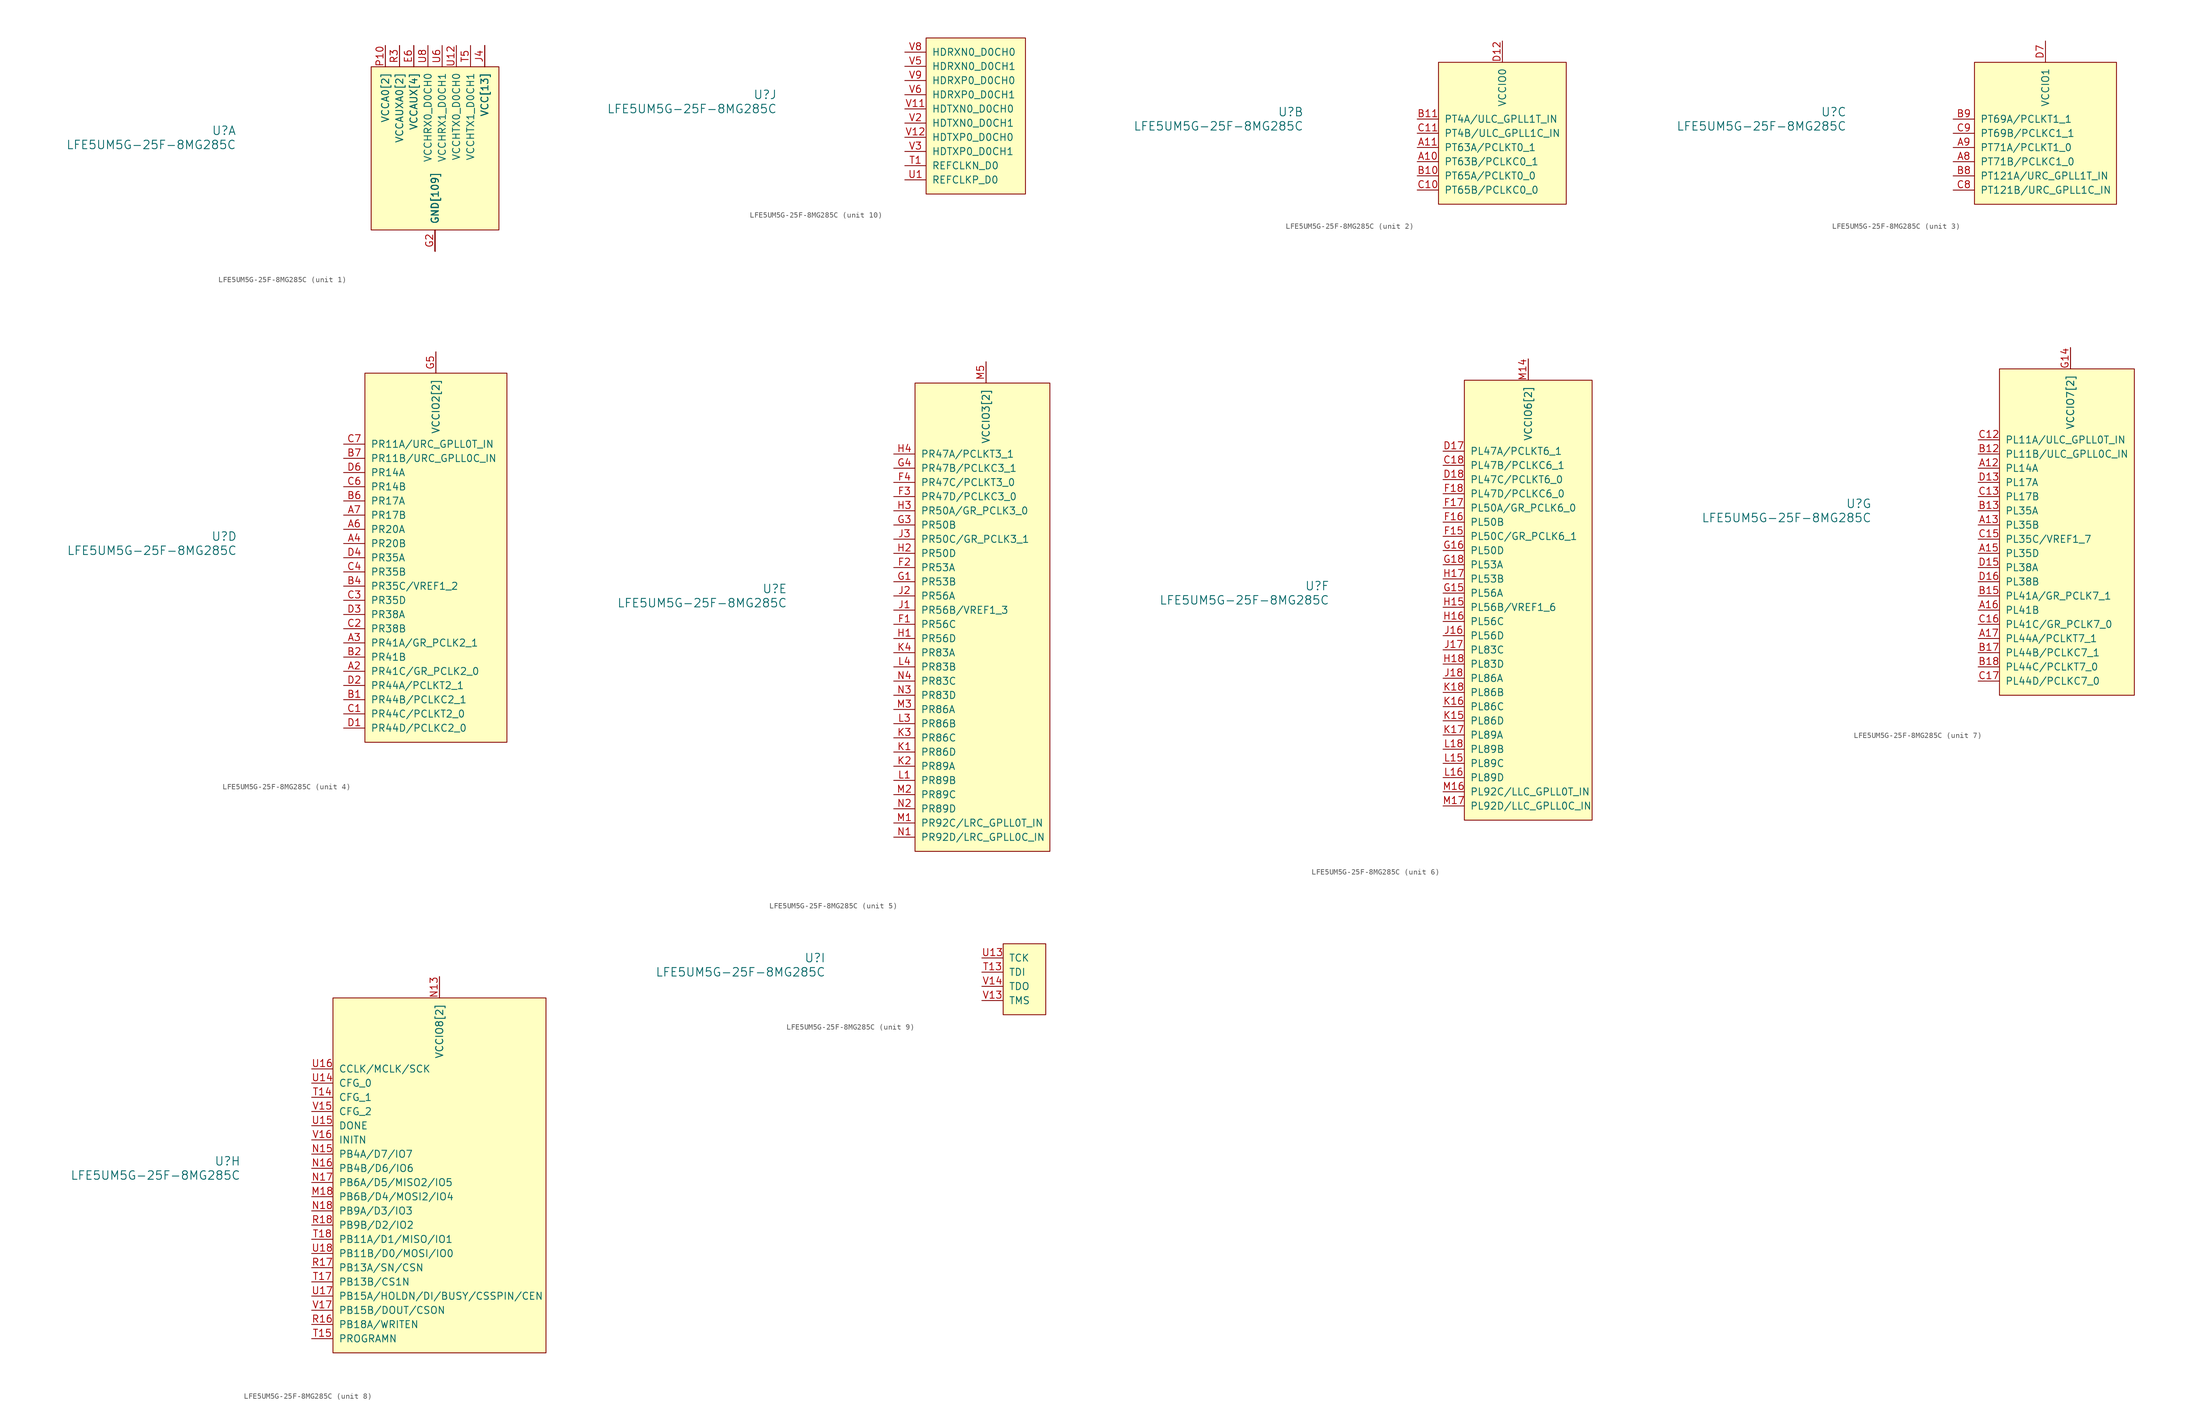
<source format=kicad_sym>
(kicad_symbol_lib
  (version 20201005)
  (generator kicad_symbol_editor)
  (symbol "LFE5UM5G-25F-8MG285C"
    (pin_names
      (offset 1.016))
    (property "Reference" "U"
      (at -35.56 3.81 0)
      (effects (font (size 1.524 1.524)) (justify right)))
    (property "Value" "LFE5UM5G-25F-8MG285C"
      (at -35.56 1.27 0)
      (effects (font (size 1.524 1.524)) (justify right)))
    (property "ki_locked" ""
      (at 0 0 0)
      (effects (font (size 1.27 1.27))))
    (symbol "LFE5UM5G-25F-8MG285C_1_1"
      (rectangle (start -11.43 15.24) (end 11.43 -13.97) (stroke (width 0)) (fill (type background)))
      (pin power_in line (at 0 -17.78 90) (length 3.81) (name "GND[109]" (effects (font (size 1.27 1.27)))) (number "B16" (effects (font (size 0 0)))))
      (pin power_in line (at 0 -17.78 90) (length 3.81) (name "GND[109]" (effects (font (size 1.27 1.27)))) (number "B3" (effects (font (size 0 0)))))
      (pin power_in line (at 8.89 19.05 270) (length 3.81) (name "VCC[13]" (effects (font (size 1.27 1.27)))) (number "D10" (effects (font (size 0 0)))))
      (pin power_in line (at 8.89 19.05 270) (length 3.81) (name "VCC[13]" (effects (font (size 1.27 1.27)))) (number "D11" (effects (font (size 0 0)))))
      (pin power_in line (at 8.89 19.05 270) (length 3.81) (name "VCC[13]" (effects (font (size 1.27 1.27)))) (number "D8" (effects (font (size 0 0)))))
      (pin power_in line (at 8.89 19.05 270) (length 3.81) (name "VCC[13]" (effects (font (size 1.27 1.27)))) (number "D9" (effects (font (size 0 0)))))
      (pin power_in line (at 0 -17.78 90) (length 3.81) (name "GND[109]" (effects (font (size 1.27 1.27)))) (number "E10" (effects (font (size 0 0)))))
      (pin power_in line (at 0 -17.78 90) (length 3.81) (name "GND[109]" (effects (font (size 1.27 1.27)))) (number "E11" (effects (font (size 0 0)))))
      (pin power_in line (at 0 -17.78 90) (length 3.81) (name "GND[109]" (effects (font (size 1.27 1.27)))) (number "E12" (effects (font (size 0 0)))))
      (pin power_in line (at -3.81 19.05 270) (length 3.81) (name "VCCAUX[4]" (effects (font (size 1.27 1.27)))) (number "E13" (effects (font (size 0 0)))))
      (pin power_in line (at 0 -17.78 90) (length 3.81) (name "GND[109]" (effects (font (size 1.27 1.27)))) (number "E14" (effects (font (size 0 0)))))
      (pin power_in line (at 0 -17.78 90) (length 3.81) (name "GND[109]" (effects (font (size 1.27 1.27)))) (number "E5" (effects (font (size 0 0)))))
      (pin power_in line (at -3.81 19.05 270) (length 3.81) (name "VCCAUX[4]" (effects (font (size 1.27 1.27)))) (number "E6" (effects (font (size 1.27 1.27)))))
      (pin power_in line (at 0 -17.78 90) (length 3.81) (name "GND[109]" (effects (font (size 1.27 1.27)))) (number "E7" (effects (font (size 0 0)))))
      (pin power_in line (at 0 -17.78 90) (length 3.81) (name "GND[109]" (effects (font (size 1.27 1.27)))) (number "E8" (effects (font (size 0 0)))))
      (pin power_in line (at 0 -17.78 90) (length 3.81) (name "GND[109]" (effects (font (size 1.27 1.27)))) (number "E9" (effects (font (size 0 0)))))
      (pin power_in line (at 0 -17.78 90) (length 3.81) (name "GND[109]" (effects (font (size 1.27 1.27)))) (number "F10" (effects (font (size 0 0)))))
      (pin power_in line (at 0 -17.78 90) (length 3.81) (name "GND[109]" (effects (font (size 1.27 1.27)))) (number "F11" (effects (font (size 0 0)))))
      (pin power_in line (at 0 -17.78 90) (length 3.81) (name "GND[109]" (effects (font (size 1.27 1.27)))) (number "F12" (effects (font (size 0 0)))))
      (pin power_in line (at 0 -17.78 90) (length 3.81) (name "GND[109]" (effects (font (size 1.27 1.27)))) (number "F13" (effects (font (size 0 0)))))
      (pin power_in line (at 0 -17.78 90) (length 3.81) (name "GND[109]" (effects (font (size 1.27 1.27)))) (number "F14" (effects (font (size 0 0)))))
      (pin power_in line (at 0 -17.78 90) (length 3.81) (name "GND[109]" (effects (font (size 1.27 1.27)))) (number "F5" (effects (font (size 0 0)))))
      (pin power_in line (at 0 -17.78 90) (length 3.81) (name "GND[109]" (effects (font (size 1.27 1.27)))) (number "F6" (effects (font (size 0 0)))))
      (pin power_in line (at 0 -17.78 90) (length 3.81) (name "GND[109]" (effects (font (size 1.27 1.27)))) (number "F7" (effects (font (size 0 0)))))
      (pin power_in line (at 0 -17.78 90) (length 3.81) (name "GND[109]" (effects (font (size 1.27 1.27)))) (number "F8" (effects (font (size 0 0)))))
      (pin power_in line (at 0 -17.78 90) (length 3.81) (name "GND[109]" (effects (font (size 1.27 1.27)))) (number "F9" (effects (font (size 0 0)))))
      (pin power_in line (at 0 -17.78 90) (length 3.81) (name "GND[109]" (effects (font (size 1.27 1.27)))) (number "G10" (effects (font (size 0 0)))))
      (pin power_in line (at 0 -17.78 90) (length 3.81) (name "GND[109]" (effects (font (size 1.27 1.27)))) (number "G11" (effects (font (size 0 0)))))
      (pin power_in line (at 0 -17.78 90) (length 3.81) (name "GND[109]" (effects (font (size 1.27 1.27)))) (number "G12" (effects (font (size 0 0)))))
      (pin power_in line (at 0 -17.78 90) (length 3.81) (name "GND[109]" (effects (font (size 1.27 1.27)))) (number "G13" (effects (font (size 0 0)))))
      (pin power_in line (at 0 -17.78 90) (length 3.81) (name "GND[109]" (effects (font (size 1.27 1.27)))) (number "G17" (effects (font (size 0 0)))))
      (pin power_in line (at 0 -17.78 90) (length 3.81) (name "GND[109]" (effects (font (size 1.27 1.27)))) (number "G2" (effects (font (size 1.27 1.27)))))
      (pin power_in line (at 0 -17.78 90) (length 3.81) (name "GND[109]" (effects (font (size 1.27 1.27)))) (number "G6" (effects (font (size 0 0)))))
      (pin power_in line (at 0 -17.78 90) (length 3.81) (name "GND[109]" (effects (font (size 1.27 1.27)))) (number "G7" (effects (font (size 0 0)))))
      (pin power_in line (at 0 -17.78 90) (length 3.81) (name "GND[109]" (effects (font (size 1.27 1.27)))) (number "G8" (effects (font (size 0 0)))))
      (pin power_in line (at 0 -17.78 90) (length 3.81) (name "GND[109]" (effects (font (size 1.27 1.27)))) (number "G9" (effects (font (size 0 0)))))
      (pin power_in line (at 0 -17.78 90) (length 3.81) (name "GND[109]" (effects (font (size 1.27 1.27)))) (number "H10" (effects (font (size 0 0)))))
      (pin power_in line (at 0 -17.78 90) (length 3.81) (name "GND[109]" (effects (font (size 1.27 1.27)))) (number "H11" (effects (font (size 0 0)))))
      (pin power_in line (at 0 -17.78 90) (length 3.81) (name "GND[109]" (effects (font (size 1.27 1.27)))) (number "H12" (effects (font (size 0 0)))))
      (pin power_in line (at 0 -17.78 90) (length 3.81) (name "GND[109]" (effects (font (size 1.27 1.27)))) (number "H13" (effects (font (size 0 0)))))
      (pin power_in line (at 0 -17.78 90) (length 3.81) (name "GND[109]" (effects (font (size 1.27 1.27)))) (number "H6" (effects (font (size 0 0)))))
      (pin power_in line (at 0 -17.78 90) (length 3.81) (name "GND[109]" (effects (font (size 1.27 1.27)))) (number "H7" (effects (font (size 0 0)))))
      (pin power_in line (at 0 -17.78 90) (length 3.81) (name "GND[109]" (effects (font (size 1.27 1.27)))) (number "H8" (effects (font (size 0 0)))))
      (pin power_in line (at 0 -17.78 90) (length 3.81) (name "GND[109]" (effects (font (size 1.27 1.27)))) (number "H9" (effects (font (size 0 0)))))
      (pin power_in line (at 0 -17.78 90) (length 3.81) (name "GND[109]" (effects (font (size 1.27 1.27)))) (number "J10" (effects (font (size 0 0)))))
      (pin power_in line (at 0 -17.78 90) (length 3.81) (name "GND[109]" (effects (font (size 1.27 1.27)))) (number "J11" (effects (font (size 0 0)))))
      (pin power_in line (at 0 -17.78 90) (length 3.81) (name "GND[109]" (effects (font (size 1.27 1.27)))) (number "J12" (effects (font (size 0 0)))))
      (pin power_in line (at 0 -17.78 90) (length 3.81) (name "GND[109]" (effects (font (size 1.27 1.27)))) (number "J13" (effects (font (size 0 0)))))
      (pin power_in line (at 8.89 19.05 270) (length 3.81) (name "VCC[13]" (effects (font (size 1.27 1.27)))) (number "J14" (effects (font (size 0 0)))))
      (pin power_in line (at 8.89 19.05 270) (length 3.81) (name "VCC[13]" (effects (font (size 1.27 1.27)))) (number "J15" (effects (font (size 0 0)))))
      (pin power_in line (at 8.89 19.05 270) (length 3.81) (name "VCC[13]" (effects (font (size 1.27 1.27)))) (number "J4" (effects (font (size 1.27 1.27)))))
      (pin power_in line (at 8.89 19.05 270) (length 3.81) (name "VCC[13]" (effects (font (size 1.27 1.27)))) (number "J5" (effects (font (size 0 0)))))
      (pin power_in line (at 0 -17.78 90) (length 3.81) (name "GND[109]" (effects (font (size 1.27 1.27)))) (number "J6" (effects (font (size 0 0)))))
      (pin power_in line (at 0 -17.78 90) (length 3.81) (name "GND[109]" (effects (font (size 1.27 1.27)))) (number "J7" (effects (font (size 0 0)))))
      (pin power_in line (at 0 -17.78 90) (length 3.81) (name "GND[109]" (effects (font (size 1.27 1.27)))) (number "J8" (effects (font (size 0 0)))))
      (pin power_in line (at 0 -17.78 90) (length 3.81) (name "GND[109]" (effects (font (size 1.27 1.27)))) (number "J9" (effects (font (size 0 0)))))
      (pin power_in line (at 0 -17.78 90) (length 3.81) (name "GND[109]" (effects (font (size 1.27 1.27)))) (number "K10" (effects (font (size 0 0)))))
      (pin power_in line (at 0 -17.78 90) (length 3.81) (name "GND[109]" (effects (font (size 1.27 1.27)))) (number "K11" (effects (font (size 0 0)))))
      (pin power_in line (at 0 -17.78 90) (length 3.81) (name "GND[109]" (effects (font (size 1.27 1.27)))) (number "K12" (effects (font (size 0 0)))))
      (pin power_in line (at 0 -17.78 90) (length 3.81) (name "GND[109]" (effects (font (size 1.27 1.27)))) (number "K13" (effects (font (size 0 0)))))
      (pin power_in line (at 0 -17.78 90) (length 3.81) (name "GND[109]" (effects (font (size 1.27 1.27)))) (number "K14" (effects (font (size 0 0)))))
      (pin power_in line (at 0 -17.78 90) (length 3.81) (name "GND[109]" (effects (font (size 1.27 1.27)))) (number "K5" (effects (font (size 0 0)))))
      (pin power_in line (at 0 -17.78 90) (length 3.81) (name "GND[109]" (effects (font (size 1.27 1.27)))) (number "K6" (effects (font (size 0 0)))))
      (pin power_in line (at 0 -17.78 90) (length 3.81) (name "GND[109]" (effects (font (size 1.27 1.27)))) (number "K7" (effects (font (size 0 0)))))
      (pin power_in line (at 0 -17.78 90) (length 3.81) (name "GND[109]" (effects (font (size 1.27 1.27)))) (number "K8" (effects (font (size 0 0)))))
      (pin power_in line (at 0 -17.78 90) (length 3.81) (name "GND[109]" (effects (font (size 1.27 1.27)))) (number "K9" (effects (font (size 0 0)))))
      (pin power_in line (at 0 -17.78 90) (length 3.81) (name "GND[109]" (effects (font (size 1.27 1.27)))) (number "L10" (effects (font (size 0 0)))))
      (pin power_in line (at 0 -17.78 90) (length 3.81) (name "GND[109]" (effects (font (size 1.27 1.27)))) (number "L11" (effects (font (size 0 0)))))
      (pin power_in line (at 0 -17.78 90) (length 3.81) (name "GND[109]" (effects (font (size 1.27 1.27)))) (number "L12" (effects (font (size 0 0)))))
      (pin power_in line (at 0 -17.78 90) (length 3.81) (name "GND[109]" (effects (font (size 1.27 1.27)))) (number "L13" (effects (font (size 0 0)))))
      (pin power_in line (at 0 -17.78 90) (length 3.81) (name "GND[109]" (effects (font (size 1.27 1.27)))) (number "L14" (effects (font (size 0 0)))))
      (pin power_in line (at 0 -17.78 90) (length 3.81) (name "GND[109]" (effects (font (size 1.27 1.27)))) (number "L17" (effects (font (size 0 0)))))
      (pin power_in line (at 0 -17.78 90) (length 3.81) (name "GND[109]" (effects (font (size 1.27 1.27)))) (number "L2" (effects (font (size 0 0)))))
      (pin power_in line (at 0 -17.78 90) (length 3.81) (name "GND[109]" (effects (font (size 1.27 1.27)))) (number "L5" (effects (font (size 0 0)))))
      (pin power_in line (at 0 -17.78 90) (length 3.81) (name "GND[109]" (effects (font (size 1.27 1.27)))) (number "L6" (effects (font (size 0 0)))))
      (pin power_in line (at 0 -17.78 90) (length 3.81) (name "GND[109]" (effects (font (size 1.27 1.27)))) (number "L7" (effects (font (size 0 0)))))
      (pin power_in line (at 0 -17.78 90) (length 3.81) (name "GND[109]" (effects (font (size 1.27 1.27)))) (number "L8" (effects (font (size 0 0)))))
      (pin power_in line (at 0 -17.78 90) (length 3.81) (name "GND[109]" (effects (font (size 1.27 1.27)))) (number "L9" (effects (font (size 0 0)))))
      (pin power_in line (at 0 -17.78 90) (length 3.81) (name "GND[109]" (effects (font (size 1.27 1.27)))) (number "M10" (effects (font (size 0 0)))))
      (pin power_in line (at 0 -17.78 90) (length 3.81) (name "GND[109]" (effects (font (size 1.27 1.27)))) (number "M11" (effects (font (size 0 0)))))
      (pin power_in line (at 0 -17.78 90) (length 3.81) (name "GND[109]" (effects (font (size 1.27 1.27)))) (number "M12" (effects (font (size 0 0)))))
      (pin power_in line (at 0 -17.78 90) (length 3.81) (name "GND[109]" (effects (font (size 1.27 1.27)))) (number "M13" (effects (font (size 0 0)))))
      (pin power_in line (at 8.89 19.05 270) (length 3.81) (name "VCC[13]" (effects (font (size 1.27 1.27)))) (number "M15" (effects (font (size 0 0)))))
      (pin power_in line (at 8.89 19.05 270) (length 3.81) (name "VCC[13]" (effects (font (size 1.27 1.27)))) (number "M4" (effects (font (size 0 0)))))
      (pin power_in line (at 0 -17.78 90) (length 3.81) (name "GND[109]" (effects (font (size 1.27 1.27)))) (number "M6" (effects (font (size 0 0)))))
      (pin power_in line (at 0 -17.78 90) (length 3.81) (name "GND[109]" (effects (font (size 1.27 1.27)))) (number "M7" (effects (font (size 0 0)))))
      (pin power_in line (at 0 -17.78 90) (length 3.81) (name "GND[109]" (effects (font (size 1.27 1.27)))) (number "M8" (effects (font (size 0 0)))))
      (pin power_in line (at 0 -17.78 90) (length 3.81) (name "GND[109]" (effects (font (size 1.27 1.27)))) (number "M9" (effects (font (size 0 0)))))
      (pin power_in line (at 0 -17.78 90) (length 3.81) (name "GND[109]" (effects (font (size 1.27 1.27)))) (number "N10" (effects (font (size 0 0)))))
      (pin power_in line (at 0 -17.78 90) (length 3.81) (name "GND[109]" (effects (font (size 1.27 1.27)))) (number "N11" (effects (font (size 0 0)))))
      (pin power_in line (at 0 -17.78 90) (length 3.81) (name "GND[109]" (effects (font (size 1.27 1.27)))) (number "N12" (effects (font (size 0 0)))))
      (pin power_in line (at -3.81 19.05 270) (length 3.81) (name "VCCAUX[4]" (effects (font (size 1.27 1.27)))) (number "N6" (effects (font (size 0 0)))))
      (pin power_in line (at 0 -17.78 90) (length 3.81) (name "GND[109]" (effects (font (size 1.27 1.27)))) (number "N7" (effects (font (size 0 0)))))
      (pin power_in line (at 0 -17.78 90) (length 3.81) (name "GND[109]" (effects (font (size 1.27 1.27)))) (number "N8" (effects (font (size 0 0)))))
      (pin power_in line (at 0 -17.78 90) (length 3.81) (name "GND[109]" (effects (font (size 1.27 1.27)))) (number "N9" (effects (font (size 0 0)))))
      (pin power_in line (at -8.89 19.05 270) (length 3.81) (name "VCCA0[2]" (effects (font (size 1.27 1.27)))) (number "P10" (effects (font (size 1.27 1.27)))))
      (pin power_in line (at 8.89 19.05 270) (length 3.81) (name "VCC[13]" (effects (font (size 1.27 1.27)))) (number "P11" (effects (font (size 0 0)))))
      (pin power_in line (at 0 -17.78 90) (length 3.81) (name "GND[109]" (effects (font (size 1.27 1.27)))) (number "P12" (effects (font (size 0 0)))))
      (pin power_in line (at -3.81 19.05 270) (length 3.81) (name "VCCAUX[4]" (effects (font (size 1.27 1.27)))) (number "P13" (effects (font (size 0 0)))))
      (pin power_in line (at -6.35 19.05 270) (length 3.81) (name "VCCAUXA0[2]" (effects (font (size 1.27 1.27)))) (number "P5" (effects (font (size 0 0)))))
      (pin power_in line (at 0 -17.78 90) (length 3.81) (name "GND[109]" (effects (font (size 1.27 1.27)))) (number "P6" (effects (font (size 0 0)))))
      (pin power_in line (at 8.89 19.05 270) (length 3.81) (name "VCC[13]" (effects (font (size 1.27 1.27)))) (number "P7" (effects (font (size 0 0)))))
      (pin power_in line (at 0 -17.78 90) (length 3.81) (name "GND[109]" (effects (font (size 1.27 1.27)))) (number "P8" (effects (font (size 0 0)))))
      (pin power_in line (at 8.89 19.05 270) (length 3.81) (name "VCC[13]" (effects (font (size 1.27 1.27)))) (number "P9" (effects (font (size 0 0)))))
      (pin power_in line (at 0 -17.78 90) (length 3.81) (name "GND[109]" (effects (font (size 1.27 1.27)))) (number "R1" (effects (font (size 0 0)))))
      (pin power_in line (at -8.89 19.05 270) (length 3.81) (name "VCCA0[2]" (effects (font (size 1.27 1.27)))) (number "R10" (effects (font (size 0 0)))))
      (pin power_in line (at 0 -17.78 90) (length 3.81) (name "GND[109]" (effects (font (size 1.27 1.27)))) (number "R2" (effects (font (size 0 0)))))
      (pin power_in line (at -6.35 19.05 270) (length 3.81) (name "VCCAUXA0[2]" (effects (font (size 1.27 1.27)))) (number "R3" (effects (font (size 1.27 1.27)))))
      (pin power_in line (at 0 -17.78 90) (length 3.81) (name "GND[109]" (effects (font (size 1.27 1.27)))) (number "T10" (effects (font (size 0 0)))))
      (pin power_in line (at 0 -17.78 90) (length 3.81) (name "GND[109]" (effects (font (size 1.27 1.27)))) (number "T11" (effects (font (size 0 0)))))
      (pin power_in line (at 0 -17.78 90) (length 3.81) (name "GND[109]" (effects (font (size 1.27 1.27)))) (number "T12" (effects (font (size 0 0)))))
      (pin power_in line (at 0 -17.78 90) (length 3.81) (name "GND[109]" (effects (font (size 1.27 1.27)))) (number "T16" (effects (font (size 0 0)))))
      (pin power_in line (at 0 -17.78 90) (length 3.81) (name "GND[109]" (effects (font (size 1.27 1.27)))) (number "T2" (effects (font (size 0 0)))))
      (pin power_in line (at 0 -17.78 90) (length 3.81) (name "GND[109]" (effects (font (size 1.27 1.27)))) (number "T3" (effects (font (size 0 0)))))
      (pin power_in line (at 0 -17.78 90) (length 3.81) (name "GND[109]" (effects (font (size 1.27 1.27)))) (number "T4" (effects (font (size 0 0)))))
      (pin power_in line (at 6.35 19.05 270) (length 3.81) (name "VCCHTX1_D0CH1" (effects (font (size 1.27 1.27)))) (number "T5" (effects (font (size 1.27 1.27)))))
      (pin power_in line (at 0 -17.78 90) (length 3.81) (name "GND[109]" (effects (font (size 1.27 1.27)))) (number "T6" (effects (font (size 0 0)))))
      (pin power_in line (at 0 -17.78 90) (length 3.81) (name "GND[109]" (effects (font (size 1.27 1.27)))) (number "T7" (effects (font (size 0 0)))))
      (pin power_in line (at 0 -17.78 90) (length 3.81) (name "GND[109]" (effects (font (size 1.27 1.27)))) (number "T8" (effects (font (size 0 0)))))
      (pin power_in line (at 0 -17.78 90) (length 3.81) (name "GND[109]" (effects (font (size 1.27 1.27)))) (number "T9" (effects (font (size 0 0)))))
      (pin power_in line (at 0 -17.78 90) (length 3.81) (name "GND[109]" (effects (font (size 1.27 1.27)))) (number "U10" (effects (font (size 0 0)))))
      (pin power_in line (at 0 -17.78 90) (length 3.81) (name "GND[109]" (effects (font (size 1.27 1.27)))) (number "U11" (effects (font (size 0 0)))))
      (pin power_in line (at 3.81 19.05 270) (length 3.81) (name "VCCHTX0_D0CH0" (effects (font (size 1.27 1.27)))) (number "U12" (effects (font (size 1.27 1.27)))))
      (pin power_in line (at 0 -17.78 90) (length 3.81) (name "GND[109]" (effects (font (size 1.27 1.27)))) (number "U2" (effects (font (size 0 0)))))
      (pin power_in line (at 0 -17.78 90) (length 3.81) (name "GND[109]" (effects (font (size 1.27 1.27)))) (number "U3" (effects (font (size 0 0)))))
      (pin power_in line (at 0 -17.78 90) (length 3.81) (name "GND[109]" (effects (font (size 1.27 1.27)))) (number "U4" (effects (font (size 0 0)))))
      (pin power_in line (at 0 -17.78 90) (length 3.81) (name "GND[109]" (effects (font (size 1.27 1.27)))) (number "U5" (effects (font (size 0 0)))))
      (pin power_in line (at 1.27 19.05 270) (length 3.81) (name "VCCHRX1_D0CH1" (effects (font (size 1.27 1.27)))) (number "U6" (effects (font (size 1.27 1.27)))))
      (pin power_in line (at 0 -17.78 90) (length 3.81) (name "GND[109]" (effects (font (size 1.27 1.27)))) (number "U7" (effects (font (size 0 0)))))
      (pin power_in line (at -1.27 19.05 270) (length 3.81) (name "VCCHRX0_D0CH0" (effects (font (size 1.27 1.27)))) (number "U8" (effects (font (size 1.27 1.27)))))
      (pin power_in line (at 0 -17.78 90) (length 3.81) (name "GND[109]" (effects (font (size 1.27 1.27)))) (number "U9" (effects (font (size 0 0)))))
      (pin power_in line (at 0 -17.78 90) (length 3.81) (name "GND[109]" (effects (font (size 1.27 1.27)))) (number "V10" (effects (font (size 0 0)))))
      (pin power_in line (at 0 -17.78 90) (length 3.81) (name "GND[109]" (effects (font (size 1.27 1.27)))) (number "V4" (effects (font (size 0 0)))))
      (pin power_in line (at 0 -17.78 90) (length 3.81) (name "GND[109]" (effects (font (size 1.27 1.27)))) (number "V7" (effects (font (size 0 0))))))
    (symbol "LFE5UM5G-25F-8MG285C_2_1"
      (rectangle (start -11.43 12.7) (end 11.43 -12.7) (stroke (width 0)) (fill (type background)))
      (pin bidirectional line (at -15.24 -5.08 0) (length 3.81) (name "PT63B/PCLKC0_1" (effects (font (size 1.27 1.27)))) (number "A10" (effects (font (size 1.27 1.27)))))
      (pin bidirectional line (at -15.24 -2.54 0) (length 3.81) (name "PT63A/PCLKT0_1" (effects (font (size 1.27 1.27)))) (number "A11" (effects (font (size 1.27 1.27)))))
      (pin bidirectional line (at -15.24 -7.62 0) (length 3.81) (name "PT65A/PCLKT0_0" (effects (font (size 1.27 1.27)))) (number "B10" (effects (font (size 1.27 1.27)))))
      (pin bidirectional line (at -15.24 2.54 0) (length 3.81) (name "PT4A/ULC_GPLL1T_IN" (effects (font (size 1.27 1.27)))) (number "B11" (effects (font (size 1.27 1.27)))))
      (pin bidirectional line (at -15.24 -10.16 0) (length 3.81) (name "PT65B/PCLKC0_0" (effects (font (size 1.27 1.27)))) (number "C10" (effects (font (size 1.27 1.27)))))
      (pin bidirectional line (at -15.24 0 0) (length 3.81) (name "PT4B/ULC_GPLL1C_IN" (effects (font (size 1.27 1.27)))) (number "C11" (effects (font (size 1.27 1.27)))))
      (pin power_in line (at 0 16.51 270) (length 3.81) (name "VCCIO0" (effects (font (size 1.27 1.27)))) (number "D12" (effects (font (size 1.27 1.27))))))
    (symbol "LFE5UM5G-25F-8MG285C_3_1"
      (rectangle (start -12.7 12.7) (end 12.7 -12.7) (stroke (width 0)) (fill (type background)))
      (pin bidirectional line (at -16.51 -5.08 0) (length 3.81) (name "PT71B/PCLKC1_0" (effects (font (size 1.27 1.27)))) (number "A8" (effects (font (size 1.27 1.27)))))
      (pin bidirectional line (at -16.51 -2.54 0) (length 3.81) (name "PT71A/PCLKT1_0" (effects (font (size 1.27 1.27)))) (number "A9" (effects (font (size 1.27 1.27)))))
      (pin bidirectional line (at -16.51 -7.62 0) (length 3.81) (name "PT121A/URC_GPLL1T_IN" (effects (font (size 1.27 1.27)))) (number "B8" (effects (font (size 1.27 1.27)))))
      (pin bidirectional line (at -16.51 2.54 0) (length 3.81) (name "PT69A/PCLKT1_1" (effects (font (size 1.27 1.27)))) (number "B9" (effects (font (size 1.27 1.27)))))
      (pin bidirectional line (at -16.51 -10.16 0) (length 3.81) (name "PT121B/URC_GPLL1C_IN" (effects (font (size 1.27 1.27)))) (number "C8" (effects (font (size 1.27 1.27)))))
      (pin bidirectional line (at -16.51 0 0) (length 3.81) (name "PT69B/PCLKC1_1" (effects (font (size 1.27 1.27)))) (number "C9" (effects (font (size 1.27 1.27)))))
      (pin power_in line (at 0 16.51 270) (length 3.81) (name "VCCIO1" (effects (font (size 1.27 1.27)))) (number "D7" (effects (font (size 1.27 1.27))))))
    (symbol "LFE5UM5G-25F-8MG285C_4_1"
      (rectangle (start -12.7 33.02) (end 12.7 -33.02) (stroke (width 0)) (fill (type background)))
      (pin bidirectional line (at -16.51 -20.32 0) (length 3.81) (name "PR41C/GR_PCLK2_0" (effects (font (size 1.27 1.27)))) (number "A2" (effects (font (size 1.27 1.27)))))
      (pin bidirectional line (at -16.51 -15.24 0) (length 3.81) (name "PR41A/GR_PCLK2_1" (effects (font (size 1.27 1.27)))) (number "A3" (effects (font (size 1.27 1.27)))))
      (pin bidirectional line (at -16.51 2.54 0) (length 3.81) (name "PR20B" (effects (font (size 1.27 1.27)))) (number "A4" (effects (font (size 1.27 1.27)))))
      (pin bidirectional line (at -16.51 5.08 0) (length 3.81) (name "PR20A" (effects (font (size 1.27 1.27)))) (number "A6" (effects (font (size 1.27 1.27)))))
      (pin bidirectional line (at -16.51 7.62 0) (length 3.81) (name "PR17B" (effects (font (size 1.27 1.27)))) (number "A7" (effects (font (size 1.27 1.27)))))
      (pin bidirectional line (at -16.51 -25.4 0) (length 3.81) (name "PR44B/PCLKC2_1" (effects (font (size 1.27 1.27)))) (number "B1" (effects (font (size 1.27 1.27)))))
      (pin bidirectional line (at -16.51 -17.78 0) (length 3.81) (name "PR41B" (effects (font (size 1.27 1.27)))) (number "B2" (effects (font (size 1.27 1.27)))))
      (pin bidirectional line (at -16.51 -5.08 0) (length 3.81) (name "PR35C/VREF1_2" (effects (font (size 1.27 1.27)))) (number "B4" (effects (font (size 1.27 1.27)))))
      (pin bidirectional line (at -16.51 10.16 0) (length 3.81) (name "PR17A" (effects (font (size 1.27 1.27)))) (number "B6" (effects (font (size 1.27 1.27)))))
      (pin bidirectional line (at -16.51 17.78 0) (length 3.81) (name "PR11B/URC_GPLL0C_IN" (effects (font (size 1.27 1.27)))) (number "B7" (effects (font (size 1.27 1.27)))))
      (pin bidirectional line (at -16.51 -27.94 0) (length 3.81) (name "PR44C/PCLKT2_0" (effects (font (size 1.27 1.27)))) (number "C1" (effects (font (size 1.27 1.27)))))
      (pin bidirectional line (at -16.51 -12.7 0) (length 3.81) (name "PR38B" (effects (font (size 1.27 1.27)))) (number "C2" (effects (font (size 1.27 1.27)))))
      (pin bidirectional line (at -16.51 -7.62 0) (length 3.81) (name "PR35D" (effects (font (size 1.27 1.27)))) (number "C3" (effects (font (size 1.27 1.27)))))
      (pin bidirectional line (at -16.51 -2.54 0) (length 3.81) (name "PR35B" (effects (font (size 1.27 1.27)))) (number "C4" (effects (font (size 1.27 1.27)))))
      (pin bidirectional line (at -16.51 12.7 0) (length 3.81) (name "PR14B" (effects (font (size 1.27 1.27)))) (number "C6" (effects (font (size 1.27 1.27)))))
      (pin bidirectional line (at -16.51 20.32 0) (length 3.81) (name "PR11A/URC_GPLL0T_IN" (effects (font (size 1.27 1.27)))) (number "C7" (effects (font (size 1.27 1.27)))))
      (pin bidirectional line (at -16.51 -30.48 0) (length 3.81) (name "PR44D/PCLKC2_0" (effects (font (size 1.27 1.27)))) (number "D1" (effects (font (size 1.27 1.27)))))
      (pin bidirectional line (at -16.51 -22.86 0) (length 3.81) (name "PR44A/PCLKT2_1" (effects (font (size 1.27 1.27)))) (number "D2" (effects (font (size 1.27 1.27)))))
      (pin bidirectional line (at -16.51 -10.16 0) (length 3.81) (name "PR38A" (effects (font (size 1.27 1.27)))) (number "D3" (effects (font (size 1.27 1.27)))))
      (pin bidirectional line (at -16.51 0 0) (length 3.81) (name "PR35A" (effects (font (size 1.27 1.27)))) (number "D4" (effects (font (size 1.27 1.27)))))
      (pin bidirectional line (at -16.51 15.24 0) (length 3.81) (name "PR14A" (effects (font (size 1.27 1.27)))) (number "D6" (effects (font (size 1.27 1.27)))))
      (pin power_in line (at 0 36.83 270) (length 3.81) (name "VCCIO2[2]" (effects (font (size 1.27 1.27)))) (number "G5" (effects (font (size 1.27 1.27)))))
      (pin power_in line (at 0 36.83 270) (length 3.81) (name "VCCIO2[2]" (effects (font (size 1.27 1.27)))) (number "H5" (effects (font (size 0 0))))))
    (symbol "LFE5UM5G-25F-8MG285C_5_1"
      (rectangle (start -12.7 40.64) (end 11.43 -43.18) (stroke (width 0)) (fill (type background)))
      (pin bidirectional line (at -16.51 -2.54 0) (length 3.81) (name "PR56C" (effects (font (size 1.27 1.27)))) (number "F1" (effects (font (size 1.27 1.27)))))
      (pin bidirectional line (at -16.51 7.62 0) (length 3.81) (name "PR53A" (effects (font (size 1.27 1.27)))) (number "F2" (effects (font (size 1.27 1.27)))))
      (pin bidirectional line (at -16.51 20.32 0) (length 3.81) (name "PR47D/PCLKC3_0" (effects (font (size 1.27 1.27)))) (number "F3" (effects (font (size 1.27 1.27)))))
      (pin bidirectional line (at -16.51 22.86 0) (length 3.81) (name "PR47C/PCLKT3_0" (effects (font (size 1.27 1.27)))) (number "F4" (effects (font (size 1.27 1.27)))))
      (pin bidirectional line (at -16.51 5.08 0) (length 3.81) (name "PR53B" (effects (font (size 1.27 1.27)))) (number "G1" (effects (font (size 1.27 1.27)))))
      (pin bidirectional line (at -16.51 15.24 0) (length 3.81) (name "PR50B" (effects (font (size 1.27 1.27)))) (number "G3" (effects (font (size 1.27 1.27)))))
      (pin bidirectional line (at -16.51 25.4 0) (length 3.81) (name "PR47B/PCLKC3_1" (effects (font (size 1.27 1.27)))) (number "G4" (effects (font (size 1.27 1.27)))))
      (pin bidirectional line (at -16.51 -5.08 0) (length 3.81) (name "PR56D" (effects (font (size 1.27 1.27)))) (number "H1" (effects (font (size 1.27 1.27)))))
      (pin bidirectional line (at -16.51 10.16 0) (length 3.81) (name "PR50D" (effects (font (size 1.27 1.27)))) (number "H2" (effects (font (size 1.27 1.27)))))
      (pin bidirectional line (at -16.51 17.78 0) (length 3.81) (name "PR50A/GR_PCLK3_0" (effects (font (size 1.27 1.27)))) (number "H3" (effects (font (size 1.27 1.27)))))
      (pin bidirectional line (at -16.51 27.94 0) (length 3.81) (name "PR47A/PCLKT3_1" (effects (font (size 1.27 1.27)))) (number "H4" (effects (font (size 1.27 1.27)))))
      (pin bidirectional line (at -16.51 0 0) (length 3.81) (name "PR56B/VREF1_3" (effects (font (size 1.27 1.27)))) (number "J1" (effects (font (size 1.27 1.27)))))
      (pin bidirectional line (at -16.51 2.54 0) (length 3.81) (name "PR56A" (effects (font (size 1.27 1.27)))) (number "J2" (effects (font (size 1.27 1.27)))))
      (pin bidirectional line (at -16.51 12.7 0) (length 3.81) (name "PR50C/GR_PCLK3_1" (effects (font (size 1.27 1.27)))) (number "J3" (effects (font (size 1.27 1.27)))))
      (pin bidirectional line (at -16.51 -25.4 0) (length 3.81) (name "PR86D" (effects (font (size 1.27 1.27)))) (number "K1" (effects (font (size 1.27 1.27)))))
      (pin bidirectional line (at -16.51 -27.94 0) (length 3.81) (name "PR89A" (effects (font (size 1.27 1.27)))) (number "K2" (effects (font (size 1.27 1.27)))))
      (pin bidirectional line (at -16.51 -22.86 0) (length 3.81) (name "PR86C" (effects (font (size 1.27 1.27)))) (number "K3" (effects (font (size 1.27 1.27)))))
      (pin bidirectional line (at -16.51 -7.62 0) (length 3.81) (name "PR83A" (effects (font (size 1.27 1.27)))) (number "K4" (effects (font (size 1.27 1.27)))))
      (pin bidirectional line (at -16.51 -30.48 0) (length 3.81) (name "PR89B" (effects (font (size 1.27 1.27)))) (number "L1" (effects (font (size 1.27 1.27)))))
      (pin bidirectional line (at -16.51 -20.32 0) (length 3.81) (name "PR86B" (effects (font (size 1.27 1.27)))) (number "L3" (effects (font (size 1.27 1.27)))))
      (pin bidirectional line (at -16.51 -10.16 0) (length 3.81) (name "PR83B" (effects (font (size 1.27 1.27)))) (number "L4" (effects (font (size 1.27 1.27)))))
      (pin bidirectional line (at -16.51 -38.1 0) (length 3.81) (name "PR92C/LRC_GPLL0T_IN" (effects (font (size 1.27 1.27)))) (number "M1" (effects (font (size 1.27 1.27)))))
      (pin bidirectional line (at -16.51 -33.02 0) (length 3.81) (name "PR89C" (effects (font (size 1.27 1.27)))) (number "M2" (effects (font (size 1.27 1.27)))))
      (pin bidirectional line (at -16.51 -17.78 0) (length 3.81) (name "PR86A" (effects (font (size 1.27 1.27)))) (number "M3" (effects (font (size 1.27 1.27)))))
      (pin power_in line (at 0 44.45 270) (length 3.81) (name "VCCIO3[2]" (effects (font (size 1.27 1.27)))) (number "M5" (effects (font (size 1.27 1.27)))))
      (pin bidirectional line (at -16.51 -40.64 0) (length 3.81) (name "PR92D/LRC_GPLL0C_IN" (effects (font (size 1.27 1.27)))) (number "N1" (effects (font (size 1.27 1.27)))))
      (pin bidirectional line (at -16.51 -35.56 0) (length 3.81) (name "PR89D" (effects (font (size 1.27 1.27)))) (number "N2" (effects (font (size 1.27 1.27)))))
      (pin bidirectional line (at -16.51 -15.24 0) (length 3.81) (name "PR83D" (effects (font (size 1.27 1.27)))) (number "N3" (effects (font (size 1.27 1.27)))))
      (pin bidirectional line (at -16.51 -12.7 0) (length 3.81) (name "PR83C" (effects (font (size 1.27 1.27)))) (number "N4" (effects (font (size 1.27 1.27)))))
      (pin power_in line (at 0 44.45 270) (length 3.81) (name "VCCIO3[2]" (effects (font (size 1.27 1.27)))) (number "N5" (effects (font (size 0 0))))))
    (symbol "LFE5UM5G-25F-8MG285C_6_1"
      (rectangle (start -11.43 40.64) (end 11.43 -38.1) (stroke (width 0)) (fill (type background)))
      (pin bidirectional line (at -15.24 25.4 0) (length 3.81) (name "PL47B/PCLKC6_1" (effects (font (size 1.27 1.27)))) (number "C18" (effects (font (size 1.27 1.27)))))
      (pin bidirectional line (at -15.24 27.94 0) (length 3.81) (name "PL47A/PCLKT6_1" (effects (font (size 1.27 1.27)))) (number "D17" (effects (font (size 1.27 1.27)))))
      (pin bidirectional line (at -15.24 22.86 0) (length 3.81) (name "PL47C/PCLKT6_0" (effects (font (size 1.27 1.27)))) (number "D18" (effects (font (size 1.27 1.27)))))
      (pin bidirectional line (at -15.24 12.7 0) (length 3.81) (name "PL50C/GR_PCLK6_1" (effects (font (size 1.27 1.27)))) (number "F15" (effects (font (size 1.27 1.27)))))
      (pin bidirectional line (at -15.24 15.24 0) (length 3.81) (name "PL50B" (effects (font (size 1.27 1.27)))) (number "F16" (effects (font (size 1.27 1.27)))))
      (pin bidirectional line (at -15.24 17.78 0) (length 3.81) (name "PL50A/GR_PCLK6_0" (effects (font (size 1.27 1.27)))) (number "F17" (effects (font (size 1.27 1.27)))))
      (pin bidirectional line (at -15.24 20.32 0) (length 3.81) (name "PL47D/PCLKC6_0" (effects (font (size 1.27 1.27)))) (number "F18" (effects (font (size 1.27 1.27)))))
      (pin bidirectional line (at -15.24 2.54 0) (length 3.81) (name "PL56A" (effects (font (size 1.27 1.27)))) (number "G15" (effects (font (size 1.27 1.27)))))
      (pin bidirectional line (at -15.24 10.16 0) (length 3.81) (name "PL50D" (effects (font (size 1.27 1.27)))) (number "G16" (effects (font (size 1.27 1.27)))))
      (pin bidirectional line (at -15.24 7.62 0) (length 3.81) (name "PL53A" (effects (font (size 1.27 1.27)))) (number "G18" (effects (font (size 1.27 1.27)))))
      (pin bidirectional line (at -15.24 0 0) (length 3.81) (name "PL56B/VREF1_6" (effects (font (size 1.27 1.27)))) (number "H15" (effects (font (size 1.27 1.27)))))
      (pin bidirectional line (at -15.24 -2.54 0) (length 3.81) (name "PL56C" (effects (font (size 1.27 1.27)))) (number "H16" (effects (font (size 1.27 1.27)))))
      (pin bidirectional line (at -15.24 5.08 0) (length 3.81) (name "PL53B" (effects (font (size 1.27 1.27)))) (number "H17" (effects (font (size 1.27 1.27)))))
      (pin bidirectional line (at -15.24 -10.16 0) (length 3.81) (name "PL83D" (effects (font (size 1.27 1.27)))) (number "H18" (effects (font (size 1.27 1.27)))))
      (pin bidirectional line (at -15.24 -5.08 0) (length 3.81) (name "PL56D" (effects (font (size 1.27 1.27)))) (number "J16" (effects (font (size 1.27 1.27)))))
      (pin bidirectional line (at -15.24 -7.62 0) (length 3.81) (name "PL83C" (effects (font (size 1.27 1.27)))) (number "J17" (effects (font (size 1.27 1.27)))))
      (pin bidirectional line (at -15.24 -12.7 0) (length 3.81) (name "PL86A" (effects (font (size 1.27 1.27)))) (number "J18" (effects (font (size 1.27 1.27)))))
      (pin bidirectional line (at -15.24 -20.32 0) (length 3.81) (name "PL86D" (effects (font (size 1.27 1.27)))) (number "K15" (effects (font (size 1.27 1.27)))))
      (pin bidirectional line (at -15.24 -17.78 0) (length 3.81) (name "PL86C" (effects (font (size 1.27 1.27)))) (number "K16" (effects (font (size 1.27 1.27)))))
      (pin bidirectional line (at -15.24 -22.86 0) (length 3.81) (name "PL89A" (effects (font (size 1.27 1.27)))) (number "K17" (effects (font (size 1.27 1.27)))))
      (pin bidirectional line (at -15.24 -15.24 0) (length 3.81) (name "PL86B" (effects (font (size 1.27 1.27)))) (number "K18" (effects (font (size 1.27 1.27)))))
      (pin bidirectional line (at -15.24 -27.94 0) (length 3.81) (name "PL89C" (effects (font (size 1.27 1.27)))) (number "L15" (effects (font (size 1.27 1.27)))))
      (pin bidirectional line (at -15.24 -30.48 0) (length 3.81) (name "PL89D" (effects (font (size 1.27 1.27)))) (number "L16" (effects (font (size 1.27 1.27)))))
      (pin bidirectional line (at -15.24 -25.4 0) (length 3.81) (name "PL89B" (effects (font (size 1.27 1.27)))) (number "L18" (effects (font (size 1.27 1.27)))))
      (pin power_in line (at 0 44.45 270) (length 3.81) (name "VCCIO6[2]" (effects (font (size 1.27 1.27)))) (number "M14" (effects (font (size 1.27 1.27)))))
      (pin bidirectional line (at -15.24 -33.02 0) (length 3.81) (name "PL92C/LLC_GPLL0T_IN" (effects (font (size 1.27 1.27)))) (number "M16" (effects (font (size 1.27 1.27)))))
      (pin bidirectional line (at -15.24 -35.56 0) (length 3.81) (name "PL92D/LLC_GPLL0C_IN" (effects (font (size 1.27 1.27)))) (number "M17" (effects (font (size 1.27 1.27)))))
      (pin power_in line (at 0 44.45 270) (length 3.81) (name "VCCIO6[2]" (effects (font (size 1.27 1.27)))) (number "N14" (effects (font (size 0 0))))))
    (symbol "LFE5UM5G-25F-8MG285C_7_1"
      (rectangle (start -12.7 27.94) (end 11.43 -30.48) (stroke (width 0)) (fill (type background)))
      (pin bidirectional line (at -16.51 10.16 0) (length 3.81) (name "PL14A" (effects (font (size 1.27 1.27)))) (number "A12" (effects (font (size 1.27 1.27)))))
      (pin bidirectional line (at -16.51 0 0) (length 3.81) (name "PL35B" (effects (font (size 1.27 1.27)))) (number "A13" (effects (font (size 1.27 1.27)))))
      (pin bidirectional line (at -16.51 -5.08 0) (length 3.81) (name "PL35D" (effects (font (size 1.27 1.27)))) (number "A15" (effects (font (size 1.27 1.27)))))
      (pin bidirectional line (at -16.51 -15.24 0) (length 3.81) (name "PL41B" (effects (font (size 1.27 1.27)))) (number "A16" (effects (font (size 1.27 1.27)))))
      (pin bidirectional line (at -16.51 -20.32 0) (length 3.81) (name "PL44A/PCLKT7_1" (effects (font (size 1.27 1.27)))) (number "A17" (effects (font (size 1.27 1.27)))))
      (pin bidirectional line (at -16.51 12.7 0) (length 3.81) (name "PL11B/ULC_GPLL0C_IN" (effects (font (size 1.27 1.27)))) (number "B12" (effects (font (size 1.27 1.27)))))
      (pin bidirectional line (at -16.51 2.54 0) (length 3.81) (name "PL35A" (effects (font (size 1.27 1.27)))) (number "B13" (effects (font (size 1.27 1.27)))))
      (pin bidirectional line (at -16.51 -12.7 0) (length 3.81) (name "PL41A/GR_PCLK7_1" (effects (font (size 1.27 1.27)))) (number "B15" (effects (font (size 1.27 1.27)))))
      (pin bidirectional line (at -16.51 -22.86 0) (length 3.81) (name "PL44B/PCLKC7_1" (effects (font (size 1.27 1.27)))) (number "B17" (effects (font (size 1.27 1.27)))))
      (pin bidirectional line (at -16.51 -25.4 0) (length 3.81) (name "PL44C/PCLKT7_0" (effects (font (size 1.27 1.27)))) (number "B18" (effects (font (size 1.27 1.27)))))
      (pin bidirectional line (at -16.51 15.24 0) (length 3.81) (name "PL11A/ULC_GPLL0T_IN" (effects (font (size 1.27 1.27)))) (number "C12" (effects (font (size 1.27 1.27)))))
      (pin bidirectional line (at -16.51 5.08 0) (length 3.81) (name "PL17B" (effects (font (size 1.27 1.27)))) (number "C13" (effects (font (size 1.27 1.27)))))
      (pin bidirectional line (at -16.51 -2.54 0) (length 3.81) (name "PL35C/VREF1_7" (effects (font (size 1.27 1.27)))) (number "C15" (effects (font (size 1.27 1.27)))))
      (pin bidirectional line (at -16.51 -17.78 0) (length 3.81) (name "PL41C/GR_PCLK7_0" (effects (font (size 1.27 1.27)))) (number "C16" (effects (font (size 1.27 1.27)))))
      (pin bidirectional line (at -16.51 -27.94 0) (length 3.81) (name "PL44D/PCLKC7_0" (effects (font (size 1.27 1.27)))) (number "C17" (effects (font (size 1.27 1.27)))))
      (pin bidirectional line (at -16.51 7.62 0) (length 3.81) (name "PL17A" (effects (font (size 1.27 1.27)))) (number "D13" (effects (font (size 1.27 1.27)))))
      (pin bidirectional line (at -16.51 -7.62 0) (length 3.81) (name "PL38A" (effects (font (size 1.27 1.27)))) (number "D15" (effects (font (size 1.27 1.27)))))
      (pin bidirectional line (at -16.51 -10.16 0) (length 3.81) (name "PL38B" (effects (font (size 1.27 1.27)))) (number "D16" (effects (font (size 1.27 1.27)))))
      (pin power_in line (at 0 31.75 270) (length 3.81) (name "VCCIO7[2]" (effects (font (size 1.27 1.27)))) (number "G14" (effects (font (size 1.27 1.27)))))
      (pin power_in line (at 0 31.75 270) (length 3.81) (name "VCCIO7[2]" (effects (font (size 1.27 1.27)))) (number "H14" (effects (font (size 0 0))))))
    (symbol "LFE5UM5G-25F-8MG285C_8_1"
      (rectangle (start -19.05 33.02) (end 19.05 -30.48) (stroke (width 0)) (fill (type background)))
      (pin bidirectional line (at -22.86 -2.54 0) (length 3.81) (name "PB6B/D4/MOSI2/IO4" (effects (font (size 1.27 1.27)))) (number "M18" (effects (font (size 1.27 1.27)))))
      (pin power_in line (at 0 36.83 270) (length 3.81) (name "VCCIO8[2]" (effects (font (size 1.27 1.27)))) (number "N13" (effects (font (size 1.27 1.27)))))
      (pin bidirectional line (at -22.86 5.08 0) (length 3.81) (name "PB4A/D7/IO7" (effects (font (size 1.27 1.27)))) (number "N15" (effects (font (size 1.27 1.27)))))
      (pin bidirectional line (at -22.86 2.54 0) (length 3.81) (name "PB4B/D6/IO6" (effects (font (size 1.27 1.27)))) (number "N16" (effects (font (size 1.27 1.27)))))
      (pin bidirectional line (at -22.86 0 0) (length 3.81) (name "PB6A/D5/MISO2/IO5" (effects (font (size 1.27 1.27)))) (number "N17" (effects (font (size 1.27 1.27)))))
      (pin bidirectional line (at -22.86 -5.08 0) (length 3.81) (name "PB9A/D3/IO3" (effects (font (size 1.27 1.27)))) (number "N18" (effects (font (size 1.27 1.27)))))
      (pin power_in line (at 0 36.83 270) (length 3.81) (name "VCCIO8[2]" (effects (font (size 1.27 1.27)))) (number "P14" (effects (font (size 0 0)))))
      (pin bidirectional line (at -22.86 -25.4 0) (length 3.81) (name "PB18A/WRITEN" (effects (font (size 1.27 1.27)))) (number "R16" (effects (font (size 1.27 1.27)))))
      (pin bidirectional line (at -22.86 -15.24 0) (length 3.81) (name "PB13A/SN/CSN" (effects (font (size 1.27 1.27)))) (number "R17" (effects (font (size 1.27 1.27)))))
      (pin bidirectional line (at -22.86 -7.62 0) (length 3.81) (name "PB9B/D2/IO2" (effects (font (size 1.27 1.27)))) (number "R18" (effects (font (size 1.27 1.27)))))
      (pin input line (at -22.86 15.24 0) (length 3.81) (name "CFG_1" (effects (font (size 1.27 1.27)))) (number "T14" (effects (font (size 1.27 1.27)))))
      (pin bidirectional line (at -22.86 -27.94 0) (length 3.81) (name "PROGRAMN" (effects (font (size 1.27 1.27)))) (number "T15" (effects (font (size 1.27 1.27)))))
      (pin bidirectional line (at -22.86 -17.78 0) (length 3.81) (name "PB13B/CS1N" (effects (font (size 1.27 1.27)))) (number "T17" (effects (font (size 1.27 1.27)))))
      (pin bidirectional line (at -22.86 -10.16 0) (length 3.81) (name "PB11A/D1/MISO/IO1" (effects (font (size 1.27 1.27)))) (number "T18" (effects (font (size 1.27 1.27)))))
      (pin input line (at -22.86 17.78 0) (length 3.81) (name "CFG_0" (effects (font (size 1.27 1.27)))) (number "U14" (effects (font (size 1.27 1.27)))))
      (pin bidirectional line (at -22.86 10.16 0) (length 3.81) (name "DONE" (effects (font (size 1.27 1.27)))) (number "U15" (effects (font (size 1.27 1.27)))))
      (pin bidirectional line (at -22.86 20.32 0) (length 3.81) (name "CCLK/MCLK/SCK" (effects (font (size 1.27 1.27)))) (number "U16" (effects (font (size 1.27 1.27)))))
      (pin bidirectional line (at -22.86 -20.32 0) (length 3.81) (name "PB15A/HOLDN/DI/BUSY/CSSPIN/CEN" (effects (font (size 1.27 1.27)))) (number "U17" (effects (font (size 1.27 1.27)))))
      (pin bidirectional line (at -22.86 -12.7 0) (length 3.81) (name "PB11B/D0/MOSI/IO0" (effects (font (size 1.27 1.27)))) (number "U18" (effects (font (size 1.27 1.27)))))
      (pin input line (at -22.86 12.7 0) (length 3.81) (name "CFG_2" (effects (font (size 1.27 1.27)))) (number "V15" (effects (font (size 1.27 1.27)))))
      (pin bidirectional line (at -22.86 7.62 0) (length 3.81) (name "INITN" (effects (font (size 1.27 1.27)))) (number "V16" (effects (font (size 1.27 1.27)))))
      (pin bidirectional line (at -22.86 -22.86 0) (length 3.81) (name "PB15B/DOUT/CSON" (effects (font (size 1.27 1.27)))) (number "V17" (effects (font (size 1.27 1.27))))))
    (symbol "LFE5UM5G-25F-8MG285C_9_1"
      (rectangle (start -3.81 6.35) (end 3.81 -6.35) (stroke (width 0)) (fill (type background)))
      (pin bidirectional line (at -7.62 1.27 0) (length 3.81) (name "TDI" (effects (font (size 1.27 1.27)))) (number "T13" (effects (font (size 1.27 1.27)))))
      (pin bidirectional line (at -7.62 3.81 0) (length 3.81) (name "TCK" (effects (font (size 1.27 1.27)))) (number "U13" (effects (font (size 1.27 1.27)))))
      (pin bidirectional line (at -7.62 -3.81 0) (length 3.81) (name "TMS" (effects (font (size 1.27 1.27)))) (number "V13" (effects (font (size 1.27 1.27)))))
      (pin bidirectional line (at -7.62 -1.27 0) (length 3.81) (name "TDO" (effects (font (size 1.27 1.27)))) (number "V14" (effects (font (size 1.27 1.27))))))
    (symbol "LFE5UM5G-25F-8MG285C_10_1"
      (rectangle (start -8.89 13.97) (end 8.89 -13.97) (stroke (width 0)) (fill (type background)))
      (pin bidirectional line (at -12.7 -8.89 0) (length 3.81) (name "REFCLKN_D0" (effects (font (size 1.27 1.27)))) (number "T1" (effects (font (size 1.27 1.27)))))
      (pin bidirectional line (at -12.7 -11.43 0) (length 3.81) (name "REFCLKP_D0" (effects (font (size 1.27 1.27)))) (number "U1" (effects (font (size 1.27 1.27)))))
      (pin bidirectional line (at -12.7 1.27 0) (length 3.81) (name "HDTXN0_D0CH0" (effects (font (size 1.27 1.27)))) (number "V11" (effects (font (size 1.27 1.27)))))
      (pin bidirectional line (at -12.7 -3.81 0) (length 3.81) (name "HDTXP0_D0CH0" (effects (font (size 1.27 1.27)))) (number "V12" (effects (font (size 1.27 1.27)))))
      (pin bidirectional line (at -12.7 -1.27 0) (length 3.81) (name "HDTXN0_D0CH1" (effects (font (size 1.27 1.27)))) (number "V2" (effects (font (size 1.27 1.27)))))
      (pin bidirectional line (at -12.7 -6.35 0) (length 3.81) (name "HDTXP0_D0CH1" (effects (font (size 1.27 1.27)))) (number "V3" (effects (font (size 1.27 1.27)))))
      (pin bidirectional line (at -12.7 8.89 0) (length 3.81) (name "HDRXN0_D0CH1" (effects (font (size 1.27 1.27)))) (number "V5" (effects (font (size 1.27 1.27)))))
      (pin bidirectional line (at -12.7 3.81 0) (length 3.81) (name "HDRXP0_D0CH1" (effects (font (size 1.27 1.27)))) (number "V6" (effects (font (size 1.27 1.27)))))
      (pin bidirectional line (at -12.7 11.43 0) (length 3.81) (name "HDRXN0_D0CH0" (effects (font (size 1.27 1.27)))) (number "V8" (effects (font (size 1.27 1.27)))))
      (pin bidirectional line (at -12.7 6.35 0) (length 3.81) (name "HDRXP0_D0CH0" (effects (font (size 1.27 1.27)))) (number "V9" (effects (font (size 1.27 1.27))))))))
</source>
